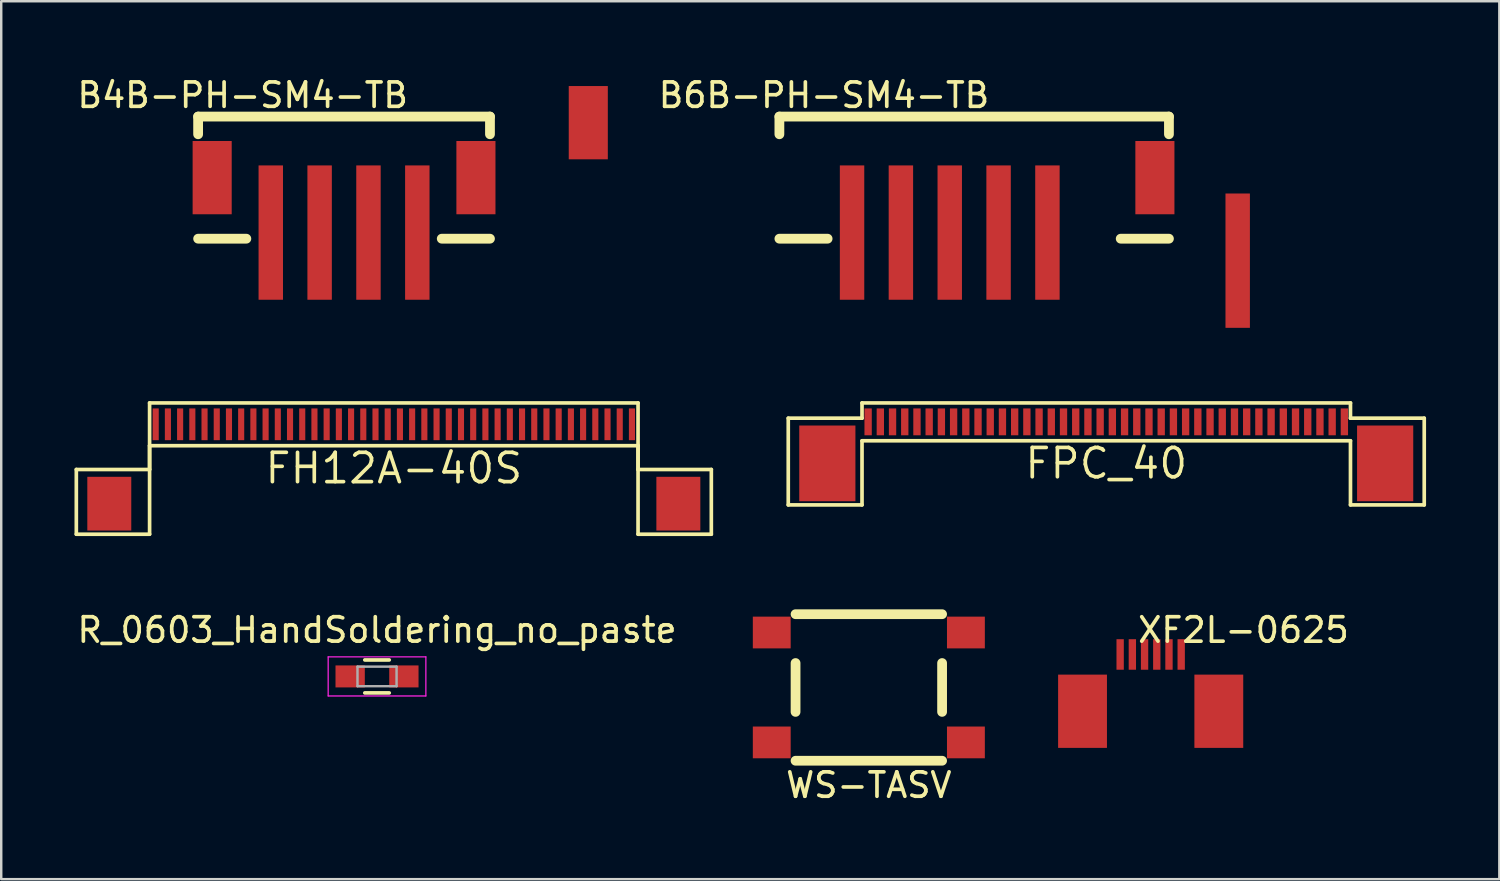
<source format=kicad_pcb>
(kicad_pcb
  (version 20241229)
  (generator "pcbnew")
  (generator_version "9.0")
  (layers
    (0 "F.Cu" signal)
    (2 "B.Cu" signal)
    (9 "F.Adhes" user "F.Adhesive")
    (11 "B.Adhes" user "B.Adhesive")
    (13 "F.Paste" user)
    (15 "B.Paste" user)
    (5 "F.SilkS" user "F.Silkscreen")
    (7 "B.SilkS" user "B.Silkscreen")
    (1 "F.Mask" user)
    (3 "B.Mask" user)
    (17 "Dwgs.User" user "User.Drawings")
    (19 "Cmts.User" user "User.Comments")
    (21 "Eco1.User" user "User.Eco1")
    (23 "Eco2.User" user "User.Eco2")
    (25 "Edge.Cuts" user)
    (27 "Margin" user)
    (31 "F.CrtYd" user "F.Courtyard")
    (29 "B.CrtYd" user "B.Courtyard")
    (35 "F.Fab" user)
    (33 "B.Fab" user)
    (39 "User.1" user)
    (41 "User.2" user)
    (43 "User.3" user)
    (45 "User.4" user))
  (footprint "FH12A-40S"
    (layer "F.Cu")
    (at 13.075 14.323)
    (property "Reference" "FH12A-40S" (at 0 1.8 0) (layer "F.SilkS") (effects (font (size 1.2 1.2) (thickness 0.15))))
    (attr through_hole)
    (fp_line (start -13 1.85) (end -10 1.85) (stroke (width 0.15) (type solid)) (layer "F.SilkS"))
    (fp_line (start -13 4.5) (end -13 1.85) (stroke (width 0.15) (type solid)) (layer "F.SilkS"))
    (fp_line (start -10 0.875) (end -10 4.5) (stroke (width 0.15) (type solid)) (layer "F.SilkS"))
    (fp_line (start -10 1.85) (end -10 -0.875) (stroke (width 0.15) (type solid)) (layer "F.SilkS"))
    (fp_line (start -10 4.5) (end -13 4.5) (stroke (width 0.15) (type solid)) (layer "F.SilkS"))
    (fp_line (start 10 -0.875) (end -10 -0.875) (stroke (width 0.15) (type solid)) (layer "F.SilkS"))
    (fp_line (start 10 0.875) (end -10 0.875) (stroke (width 0.15) (type solid)) (layer "F.SilkS"))
    (fp_line (start 10 0.875) (end 10 4.5) (stroke (width 0.15) (type solid)) (layer "F.SilkS"))
    (fp_line (start 10 1.85) (end 10 -0.875) (stroke (width 0.15) (type solid)) (layer "F.SilkS"))
    (fp_line (start 10 4.5) (end 13 4.5) (stroke (width 0.15) (type solid)) (layer "F.SilkS"))
    (fp_line (start 13 1.85) (end 10 1.85) (stroke (width 0.15) (type solid)) (layer "F.SilkS"))
    (fp_line (start 13 4.5) (end 13 1.85) (stroke (width 0.15) (type solid)) (layer "F.SilkS"))
    (pad "0" smd rect (at -11.65 3.25) (size 1.8 2.2) (layers "F.Cu" "F.Mask" "F.Paste"))
    (pad "0" smd rect (at 11.65 3.25) (size 1.8 2.2) (layers "F.Cu" "F.Mask" "F.Paste"))
    (pad "1" smd rect (at 9.75 0 180) (size 0.25 1.3) (layers "F.Cu" "F.Mask" "F.Paste"))
    (pad "2" smd rect (at 9.25 0 180) (size 0.25 1.3) (layers "F.Cu" "F.Mask" "F.Paste"))
    (pad "3" smd rect (at 8.75 0 180) (size 0.25 1.3) (layers "F.Cu" "F.Mask" "F.Paste"))
    (pad "4" smd rect (at 8.25 0 180) (size 0.25 1.3) (layers "F.Cu" "F.Mask" "F.Paste"))
    (pad "5" smd rect (at 7.75 0 180) (size 0.25 1.3) (layers "F.Cu" "F.Mask" "F.Paste"))
    (pad "6" smd rect (at 7.25 0 180) (size 0.25 1.3) (layers "F.Cu" "F.Mask" "F.Paste"))
    (pad "7" smd rect (at 6.75 0 180) (size 0.25 1.3) (layers "F.Cu" "F.Mask" "F.Paste"))
    (pad "8" smd rect (at 6.25 0 180) (size 0.25 1.3) (layers "F.Cu" "F.Mask" "F.Paste"))
    (pad "9" smd rect (at 5.75 0 180) (size 0.25 1.3) (layers "F.Cu" "F.Mask" "F.Paste"))
    (pad "10" smd rect (at 5.25 0 180) (size 0.25 1.3) (layers "F.Cu" "F.Mask" "F.Paste"))
    (pad "11" smd rect (at 4.75 0 180) (size 0.25 1.3) (layers "F.Cu" "F.Mask" "F.Paste"))
    (pad "12" smd rect (at 4.25 0 180) (size 0.25 1.3) (layers "F.Cu" "F.Mask" "F.Paste"))
    (pad "13" smd rect (at 3.75 0 180) (size 0.25 1.3) (layers "F.Cu" "F.Mask" "F.Paste"))
    (pad "14" smd rect (at 3.25 0 180) (size 0.25 1.3) (layers "F.Cu" "F.Mask" "F.Paste"))
    (pad "15" smd rect (at 2.75 0 180) (size 0.25 1.3) (layers "F.Cu" "F.Mask" "F.Paste"))
    (pad "16" smd rect (at 2.25 0 180) (size 0.25 1.3) (layers "F.Cu" "F.Mask" "F.Paste"))
    (pad "17" smd rect (at 1.75 0 180) (size 0.25 1.3) (layers "F.Cu" "F.Mask" "F.Paste"))
    (pad "18" smd rect (at 1.25 0 180) (size 0.25 1.3) (layers "F.Cu" "F.Mask" "F.Paste"))
    (pad "19" smd rect (at 0.75 0 180) (size 0.25 1.3) (layers "F.Cu" "F.Mask" "F.Paste"))
    (pad "20" smd rect (at 0.25 0 180) (size 0.25 1.3) (layers "F.Cu" "F.Mask" "F.Paste"))
    (pad "21" smd rect (at -0.25 0 180) (size 0.25 1.3) (layers "F.Cu" "F.Mask" "F.Paste"))
    (pad "22" smd rect (at -0.75 0 180) (size 0.25 1.3) (layers "F.Cu" "F.Mask" "F.Paste"))
    (pad "23" smd rect (at -1.25 0 180) (size 0.25 1.3) (layers "F.Cu" "F.Mask" "F.Paste"))
    (pad "24" smd rect (at -1.75 0 180) (size 0.25 1.3) (layers "F.Cu" "F.Mask" "F.Paste"))
    (pad "25" smd rect (at -2.25 0 180) (size 0.25 1.3) (layers "F.Cu" "F.Mask" "F.Paste"))
    (pad "26" smd rect (at -2.75 0 180) (size 0.25 1.3) (layers "F.Cu" "F.Mask" "F.Paste"))
    (pad "27" smd rect (at -3.25 0 180) (size 0.25 1.3) (layers "F.Cu" "F.Mask" "F.Paste"))
    (pad "28" smd rect (at -3.75 0 180) (size 0.25 1.3) (layers "F.Cu" "F.Mask" "F.Paste"))
    (pad "29" smd rect (at -4.25 0 180) (size 0.25 1.3) (layers "F.Cu" "F.Mask" "F.Paste"))
    (pad "30" smd rect (at -4.75 0 180) (size 0.25 1.3) (layers "F.Cu" "F.Mask" "F.Paste"))
    (pad "31" smd rect (at -5.25 0 180) (size 0.25 1.3) (layers "F.Cu" "F.Mask" "F.Paste"))
    (pad "32" smd rect (at -5.75 0 180) (size 0.25 1.3) (layers "F.Cu" "F.Mask" "F.Paste"))
    (pad "33" smd rect (at -6.25 0 180) (size 0.25 1.3) (layers "F.Cu" "F.Mask" "F.Paste"))
    (pad "34" smd rect (at -6.75 0 180) (size 0.25 1.3) (layers "F.Cu" "F.Mask" "F.Paste"))
    (pad "35" smd rect (at -7.25 0 180) (size 0.25 1.3) (layers "F.Cu" "F.Mask" "F.Paste"))
    (pad "36" smd rect (at -7.75 0 180) (size 0.25 1.3) (layers "F.Cu" "F.Mask" "F.Paste"))
    (pad "37" smd rect (at -8.25 0 180) (size 0.25 1.3) (layers "F.Cu" "F.Mask" "F.Paste"))
    (pad "38" smd rect (at -8.75 0 180) (size 0.25 1.3) (layers "F.Cu" "F.Mask" "F.Paste"))
    (pad "39" smd rect (at -9.25 0 180) (size 0.25 1.3) (layers "F.Cu" "F.Mask" "F.Paste"))
    (pad "40" smd rect (at -9.75 0 180) (size 0.25 1.3) (layers "F.Cu" "F.Mask" "F.Paste")))
  (footprint "XF2L-0625"
    (layer "F.Cu")
    (at 44.064 24.372)
    (property "Reference" "XF2L-0625" (at 3.8 -1.625 0) (layer "F.SilkS") (effects (font (size 1 1) (thickness 0.15))))
    (attr through_hole)
    (pad "0" connect rect (at -2.79 1.7) (size 2 3) (layers "F.Cu" "F.Mask"))
    (pad "0" connect rect (at 2.79 1.7) (size 2 3) (layers "F.Cu" "F.Mask"))
    (pad "1" smd rect (at 1.25 -0.625 180) (size 0.3 1.25) (layers "F.Cu" "F.Mask" "F.Paste"))
    (pad "2" smd rect (at 0.75 -0.625 180) (size 0.3 1.25) (layers "F.Cu" "F.Mask" "F.Paste"))
    (pad "3" smd rect (at 0.25 -0.625 180) (size 0.3 1.25) (layers "F.Cu" "F.Mask" "F.Paste"))
    (pad "4" smd rect (at -0.25 -0.625 180) (size 0.3 1.25) (layers "F.Cu" "F.Mask" "F.Paste"))
    (pad "5" smd rect (at -0.75 -0.625 180) (size 0.3 1.25) (layers "F.Cu" "F.Mask" "F.Paste"))
    (pad "6" smd rect (at -1.25 -0.625 180) (size 0.3 1.25) (layers "F.Cu" "F.Mask" "F.Paste")))
  (footprint "FPC_40"
    (layer "F.Cu")
    (at 42.245 14.223)
    (property "Reference" "FPC_40" (at 0 1.7 0) (layer "F.SilkS") (effects (font (size 1.2 1.2) (thickness 0.15))))
    (attr through_hole)
    (fp_line (start -13.02 -0.15) (end -10 -0.15) (stroke (width 0.15) (type solid)) (layer "F.SilkS"))
    (fp_line (start -13.02 3.4) (end -13.02 -0.15) (stroke (width 0.15) (type solid)) (layer "F.SilkS"))
    (fp_line (start -10 -0.775) (end 10 -0.775) (stroke (width 0.15) (type solid)) (layer "F.SilkS"))
    (fp_line (start -10 -0.15) (end -10 -0.775) (stroke (width 0.15) (type solid)) (layer "F.SilkS"))
    (fp_line (start -10 0.775) (end -10 3.4) (stroke (width 0.15) (type solid)) (layer "F.SilkS"))
    (fp_line (start -10 0.775) (end 10 0.775) (stroke (width 0.15) (type solid)) (layer "F.SilkS"))
    (fp_line (start -10 3.4) (end -13.02 3.4) (stroke (width 0.15) (type solid)) (layer "F.SilkS"))
    (fp_line (start 10 -0.15) (end 10 -0.775) (stroke (width 0.15) (type solid)) (layer "F.SilkS"))
    (fp_line (start 10 0.775) (end 10 3.4) (stroke (width 0.15) (type solid)) (layer "F.SilkS"))
    (fp_line (start 10 3.4) (end 13.02 3.4) (stroke (width 0.15) (type solid)) (layer "F.SilkS"))
    (fp_line (start 13.02 -0.15) (end 10 -0.15) (stroke (width 0.15) (type solid)) (layer "F.SilkS"))
    (fp_line (start 13.02 3.4) (end 13.02 -0.15) (stroke (width 0.15) (type solid)) (layer "F.SilkS"))
    (pad "0" smd rect (at -11.42 1.7) (size 2.3 3.1) (layers "F.Cu" "F.Mask" "F.Paste"))
    (pad "0" smd rect (at 11.42 1.7) (size 2.3 3.1) (layers "F.Cu" "F.Mask" "F.Paste"))
    (pad "1" smd rect (at 9.75 0 180) (size 0.3 1.1) (layers "F.Cu" "F.Mask" "F.Paste"))
    (pad "2" smd rect (at 9.25 0 180) (size 0.3 1.1) (layers "F.Cu" "F.Mask" "F.Paste"))
    (pad "3" smd rect (at 8.75 0 180) (size 0.3 1.1) (layers "F.Cu" "F.Mask" "F.Paste"))
    (pad "4" smd rect (at 8.25 0 180) (size 0.3 1.1) (layers "F.Cu" "F.Mask" "F.Paste"))
    (pad "5" smd rect (at 7.75 0 180) (size 0.3 1.1) (layers "F.Cu" "F.Mask" "F.Paste"))
    (pad "6" smd rect (at 7.25 0 180) (size 0.3 1.1) (layers "F.Cu" "F.Mask" "F.Paste"))
    (pad "7" smd rect (at 6.75 0 180) (size 0.3 1.1) (layers "F.Cu" "F.Mask" "F.Paste"))
    (pad "8" smd rect (at 6.25 0 180) (size 0.3 1.1) (layers "F.Cu" "F.Mask" "F.Paste"))
    (pad "9" smd rect (at 5.75 0 180) (size 0.3 1.1) (layers "F.Cu" "F.Mask" "F.Paste"))
    (pad "10" smd rect (at 5.25 0 180) (size 0.3 1.1) (layers "F.Cu" "F.Mask" "F.Paste"))
    (pad "11" smd rect (at 4.75 0 180) (size 0.3 1.1) (layers "F.Cu" "F.Mask" "F.Paste"))
    (pad "12" smd rect (at 4.25 0 180) (size 0.3 1.1) (layers "F.Cu" "F.Mask" "F.Paste"))
    (pad "13" smd rect (at 3.75 0 180) (size 0.3 1.1) (layers "F.Cu" "F.Mask" "F.Paste"))
    (pad "14" smd rect (at 3.25 0 180) (size 0.3 1.1) (layers "F.Cu" "F.Mask" "F.Paste"))
    (pad "15" smd rect (at 2.75 0 180) (size 0.3 1.1) (layers "F.Cu" "F.Mask" "F.Paste"))
    (pad "16" smd rect (at 2.25 0 180) (size 0.3 1.1) (layers "F.Cu" "F.Mask" "F.Paste"))
    (pad "17" smd rect (at 1.75 0 180) (size 0.3 1.1) (layers "F.Cu" "F.Mask" "F.Paste"))
    (pad "18" smd rect (at 1.25 0 180) (size 0.3 1.1) (layers "F.Cu" "F.Mask" "F.Paste"))
    (pad "19" smd rect (at 0.75 0 180) (size 0.3 1.1) (layers "F.Cu" "F.Mask" "F.Paste"))
    (pad "20" smd rect (at 0.25 0 180) (size 0.3 1.1) (layers "F.Cu" "F.Mask" "F.Paste"))
    (pad "21" smd rect (at -0.25 0 180) (size 0.3 1.1) (layers "F.Cu" "F.Mask" "F.Paste"))
    (pad "22" smd rect (at -0.75 0 180) (size 0.3 1.1) (layers "F.Cu" "F.Mask" "F.Paste"))
    (pad "23" smd rect (at -1.25 0 180) (size 0.3 1.1) (layers "F.Cu" "F.Mask" "F.Paste"))
    (pad "24" smd rect (at -1.75 0 180) (size 0.3 1.1) (layers "F.Cu" "F.Mask" "F.Paste"))
    (pad "25" smd rect (at -2.25 0 180) (size 0.3 1.1) (layers "F.Cu" "F.Mask" "F.Paste"))
    (pad "26" smd rect (at -2.75 0 180) (size 0.3 1.1) (layers "F.Cu" "F.Mask" "F.Paste"))
    (pad "27" smd rect (at -3.25 0 180) (size 0.3 1.1) (layers "F.Cu" "F.Mask" "F.Paste"))
    (pad "28" smd rect (at -3.75 0 180) (size 0.3 1.1) (layers "F.Cu" "F.Mask" "F.Paste"))
    (pad "29" smd rect (at -4.25 0 180) (size 0.3 1.1) (layers "F.Cu" "F.Mask" "F.Paste"))
    (pad "30" smd rect (at -4.75 0 180) (size 0.3 1.1) (layers "F.Cu" "F.Mask" "F.Paste"))
    (pad "31" smd rect (at -5.25 0 180) (size 0.3 1.1) (layers "F.Cu" "F.Mask" "F.Paste"))
    (pad "32" smd rect (at -5.75 0 180) (size 0.3 1.1) (layers "F.Cu" "F.Mask" "F.Paste"))
    (pad "33" smd rect (at -6.25 0 180) (size 0.3 1.1) (layers "F.Cu" "F.Mask" "F.Paste"))
    (pad "34" smd rect (at -6.75 0 180) (size 0.3 1.1) (layers "F.Cu" "F.Mask" "F.Paste"))
    (pad "35" smd rect (at -7.25 0 180) (size 0.3 1.1) (layers "F.Cu" "F.Mask" "F.Paste"))
    (pad "36" smd rect (at -7.75 0 180) (size 0.3 1.1) (layers "F.Cu" "F.Mask" "F.Paste"))
    (pad "37" smd rect (at -8.25 0 180) (size 0.3 1.1) (layers "F.Cu" "F.Mask" "F.Paste"))
    (pad "38" smd rect (at -8.75 0 180) (size 0.3 1.1) (layers "F.Cu" "F.Mask" "F.Paste"))
    (pad "39" smd rect (at -9.25 0 180) (size 0.3 1.1) (layers "F.Cu" "F.Mask" "F.Paste"))
    (pad "40" smd rect (at -9.75 0 180) (size 0.3 1.1) (layers "F.Cu" "F.Mask" "F.Paste")))
  (footprint "R_0603_HandSoldering_no_paste"
    (layer "F.Cu")
    (at 12.387 24.646)
    (property "Reference" "R_0603_HandSoldering_no_paste" (at 0 -1.9 0) (layer "F.SilkS") (effects (font (size 1 1) (thickness 0.15))))
    (attr smd)
    (fp_line (start -0.5 -0.675) (end 0.5 -0.675) (stroke (width 0.15) (type solid)) (layer "F.SilkS"))
    (fp_line (start 0.5 0.675) (end -0.5 0.675) (stroke (width 0.15) (type solid)) (layer "F.SilkS"))
    (fp_line (start -2 -0.8) (end -2 0.8) (stroke (width 0.05) (type solid)) (layer "F.CrtYd"))
    (fp_line (start -2 -0.8) (end 2 -0.8) (stroke (width 0.05) (type solid)) (layer "F.CrtYd"))
    (fp_line (start -2 0.8) (end 2 0.8) (stroke (width 0.05) (type solid)) (layer "F.CrtYd"))
    (fp_line (start 2 -0.8) (end 2 0.8) (stroke (width 0.05) (type solid)) (layer "F.CrtYd"))
    (fp_line (start -0.8 -0.4) (end 0.8 -0.4) (stroke (width 0.1) (type solid)) (layer "F.Fab"))
    (fp_line (start -0.8 0.4) (end -0.8 -0.4) (stroke (width 0.1) (type solid)) (layer "F.Fab"))
    (fp_line (start 0.8 -0.4) (end 0.8 0.4) (stroke (width 0.1) (type solid)) (layer "F.Fab"))
    (fp_line (start 0.8 0.4) (end -0.8 0.4) (stroke (width 0.1) (type solid)) (layer "F.Fab"))
    (pad "1" smd rect (at -1.1 0) (size 1.2 0.9) (layers "F.Cu" "F.Mask"))
    (pad "2" smd rect (at 1.1 0) (size 1.2 0.9) (layers "F.Cu" "F.Mask")))
  (footprint "B4B-PH-SM4-TB"
    (layer "F.Cu")
    (at 11.037 3.623)
    (property "Reference" "B4B-PH-SM4-TB" (at -4.15 -2.775 0) (layer "F.SilkS") (effects (font (size 1 1) (thickness 0.15))))
    (attr through_hole)
    (fp_line (start -5.975 -1.9) (end 5.975 -1.9) (stroke (width 0.4) (type solid)) (layer "F.SilkS"))
    (fp_line (start -5.975 -1.175) (end -5.975 -1.9) (stroke (width 0.4) (type solid)) (layer "F.SilkS"))
    (fp_line (start -5.975 3.1) (end -4 3.1) (stroke (width 0.4) (type solid)) (layer "F.SilkS"))
    (fp_line (start 5.975 -1.9) (end 5.975 -1.175) (stroke (width 0.4) (type solid)) (layer "F.SilkS"))
    (fp_line (start 5.975 3.1) (end 4 3.1) (stroke (width 0.4) (type solid)) (layer "F.SilkS"))
    (pad "0" connect rect (at -5.4 0.6) (size 1.6 3) (layers "F.Cu" "F.Mask"))
    (pad "0" connect rect (at 5.4 0.6) (size 1.6 3) (layers "F.Cu" "F.Mask"))
    (pad "1" smd rect (at 3 2.85) (size 1 5.5) (layers "F.Cu" "F.Mask" "F.Paste"))
    (pad "2" smd rect (at 1 2.85) (size 1 5.5) (layers "F.Cu" "F.Mask" "F.Paste"))
    (pad "3" smd rect (at -1 2.85) (size 1 5.5) (layers "F.Cu" "F.Mask" "F.Paste"))
    (pad "4" smd rect (at -3 2.85) (size 1 5.5) (layers "F.Cu" "F.Mask" "F.Paste")))
  (footprint "WS-TASV"
    (layer "F.Cu")
    (at 32.524 25.098)
    (property "Reference" "WS-TASV" (at 0 4 0) (layer "F.SilkS") (effects (font (size 1 1) (thickness 0.15))))
    (attr through_hole)
    (fp_line (start -3 -1) (end -3 1) (stroke (width 0.4) (type solid)) (layer "F.SilkS"))
    (fp_line (start -3 3) (end 3 3) (stroke (width 0.4) (type solid)) (layer "F.SilkS"))
    (fp_line (start 3 -3) (end -3 -3) (stroke (width 0.4) (type solid)) (layer "F.SilkS"))
    (fp_line (start 3 1) (end 3 -1) (stroke (width 0.4) (type solid)) (layer "F.SilkS"))
    (pad "1" smd rect (at -3.975 -2.25) (size 1.55 1.3) (layers "F.Cu" "F.Mask" "F.Paste"))
    (pad "2" smd rect (at -3.975 2.25) (size 1.55 1.3) (layers "F.Cu" "F.Mask" "F.Paste"))
    (pad "3" smd rect (at 3.975 -2.25) (size 1.55 1.3) (layers "F.Cu" "F.Mask" "F.Paste"))
    (pad "4" smd rect (at 3.975 2.25) (size 1.55 1.3) (layers "F.Cu" "F.Mask" "F.Paste")))
  (footprint "B6B-PH-SM4-TB"
    (layer "F.Cu")
    (at 36.837 3.623)
    (property "Reference" "B6B-PH-SM4-TB" (at -6.15 -2.775 0) (layer "F.SilkS") (effects (font (size 1 1) (thickness 0.15))))
    (attr through_hole)
    (fp_line (start -7.975 -1.9) (end 7.975 -1.9) (stroke (width 0.4) (type solid)) (layer "F.SilkS"))
    (fp_line (start -7.975 -1.175) (end -7.975 -1.9) (stroke (width 0.4) (type solid)) (layer "F.SilkS"))
    (fp_line (start -7.975 3.1) (end -6 3.1) (stroke (width 0.4) (type solid)) (layer "F.SilkS"))
    (fp_line (start 7.975 -1.9) (end 7.975 -1.175) (stroke (width 0.4) (type solid)) (layer "F.SilkS"))
    (fp_line (start 7.975 3.1) (end 6 3.1) (stroke (width 0.4) (type solid)) (layer "F.SilkS"))
    (pad "0" connect rect (at -15.8 -1.65) (size 1.6 3) (layers "F.Cu" "F.Mask"))
    (pad "0" connect rect (at 7.4 0.6) (size 1.6 3) (layers "F.Cu" "F.Mask"))
    (pad "1" smd rect (at 10.79 4) (size 1 5.5) (layers "F.Cu" "F.Mask" "F.Paste"))
    (pad "2" smd rect (at 3 2.85) (size 1 5.5) (layers "F.Cu" "F.Mask" "F.Paste"))
    (pad "3" smd rect (at 1 2.85) (size 1 5.5) (layers "F.Cu" "F.Mask" "F.Paste"))
    (pad "4" smd rect (at -1 2.85) (size 1 5.5) (layers "F.Cu" "F.Mask" "F.Paste"))
    (pad "5" smd rect (at -3 2.85) (size 1 5.5) (layers "F.Cu" "F.Mask" "F.Paste"))
    (pad "6" smd rect (at -5 2.85) (size 1 5.5) (layers "F.Cu" "F.Mask" "F.Paste")))
  (gr_rect
    (start -3 -3)
    (end 58.34 32.947)
    (stroke (width 0.1) (type default))
    (fill no)
    (layer "Edge.Cuts")))
</source>
